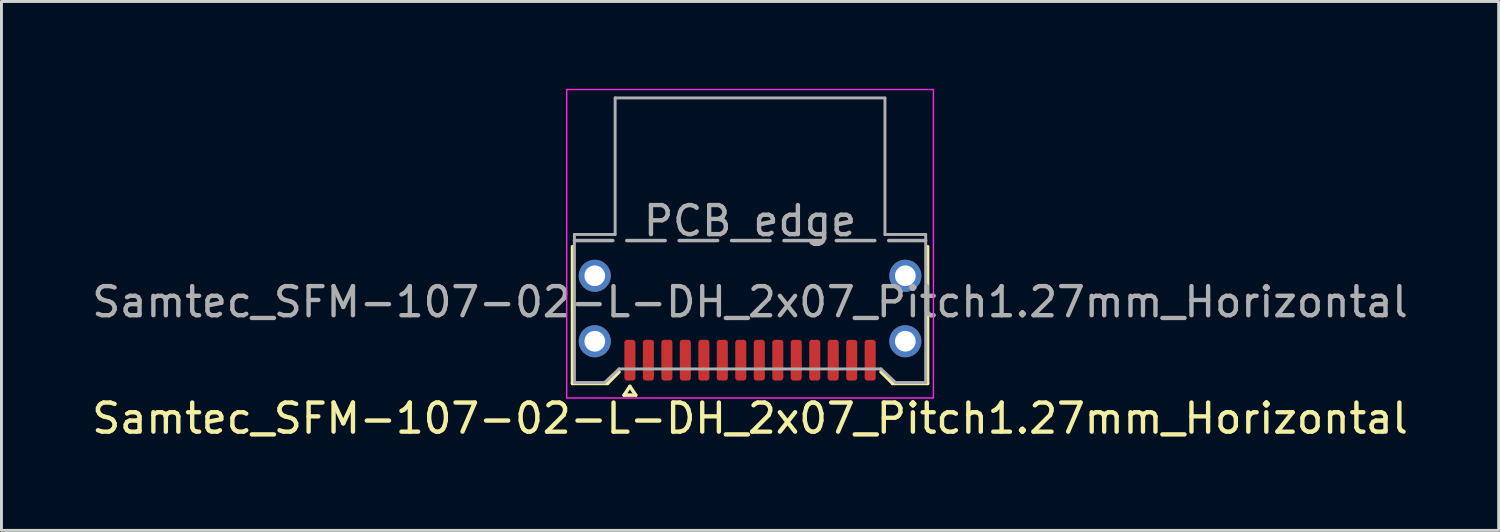
<source format=kicad_pcb>
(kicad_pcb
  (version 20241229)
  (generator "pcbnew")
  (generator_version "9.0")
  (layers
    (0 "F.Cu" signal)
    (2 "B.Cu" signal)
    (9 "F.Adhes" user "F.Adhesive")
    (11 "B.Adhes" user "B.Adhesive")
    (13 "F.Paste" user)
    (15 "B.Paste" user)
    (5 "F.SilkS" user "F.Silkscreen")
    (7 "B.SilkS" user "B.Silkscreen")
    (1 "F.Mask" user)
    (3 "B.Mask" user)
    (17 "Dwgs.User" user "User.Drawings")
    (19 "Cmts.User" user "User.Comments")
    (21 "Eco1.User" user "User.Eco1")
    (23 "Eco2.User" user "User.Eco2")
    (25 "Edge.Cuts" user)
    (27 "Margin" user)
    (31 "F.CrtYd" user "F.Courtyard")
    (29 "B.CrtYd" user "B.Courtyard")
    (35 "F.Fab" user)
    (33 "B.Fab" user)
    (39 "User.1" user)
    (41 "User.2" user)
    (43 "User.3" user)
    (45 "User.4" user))
  (footprint "Samtec_SFM-107-02-L-DH_2x07_Pitch1.27mm_Horizontal"
    (layer "F.Cu")
    (at 22.72 9.325)
    (property "Reference" "Samtec_SFM-107-02-L-DH_2x07_Pitch1.27mm_Horizontal" (at 0 2 0) (unlocked yes) (layer "F.SilkS") (effects (font (size 1 1) (thickness 0.15))))
    (attr smd)
    (fp_line (start -6.1 -3.9) (end -6.1 0.8) (stroke (width 0.12) (type default)) (layer "F.SilkS"))
    (fp_line (start -6.1 0.8) (end -4.9 0.8) (stroke (width 0.12) (type default)) (layer "F.SilkS"))
    (fp_line (start -4.9 0.8) (end -4.5 0.4) (stroke (width 0.12) (type default)) (layer "F.SilkS"))
    (fp_line (start -4.327 1.2) (end -3.928 1.2) (stroke (width 0.12) (type default)) (layer "F.SilkS"))
    (fp_line (start -4.128 0.9) (end -4.327 1.2) (stroke (width 0.12) (type default)) (layer "F.SilkS"))
    (fp_line (start -3.928 1.2) (end -4.128 0.9) (stroke (width 0.12) (type default)) (layer "F.SilkS"))
    (fp_line (start 4.9 0.8) (end 4.5 0.4) (stroke (width 0.12) (type default)) (layer "F.SilkS"))
    (fp_line (start 6.1 -3.9) (end 6.1 0.8) (stroke (width 0.12) (type default)) (layer "F.SilkS"))
    (fp_line (start 6.1 0.8) (end 4.9 0.8) (stroke (width 0.12) (type default)) (layer "F.SilkS"))
    (fp_rect (start -6.3 -9.3) (end 6.3 1.3) (stroke (width 0.05) (type default)) (fill no) (layer "F.CrtYd"))
    (fp_line (start -6.035 -4.32) (end -6.035 0.77) (stroke (width 0.1) (type default)) (layer "F.Fab"))
    (fp_line (start -6.035 -4.32) (end -4.635 -4.32) (stroke (width 0.1) (type default)) (layer "F.Fab"))
    (fp_line (start -6.035 -4.11) (end 6.035 -4.11) (stroke (width 0.12) (type dash)) (layer "F.Fab"))
    (fp_line (start -5 0.77) (end -6.035 0.77) (stroke (width 0.1) (type default)) (layer "F.Fab"))
    (fp_line (start -4.635 -9.01) (end -4.635 -4.32) (stroke (width 0.1) (type default)) (layer "F.Fab"))
    (fp_line (start -4.635 -9.01) (end 4.635 -9.01) (stroke (width 0.1) (type default)) (layer "F.Fab"))
    (fp_line (start -4.5 0.3) (end -5 0.77) (stroke (width 0.1) (type default)) (layer "F.Fab"))
    (fp_line (start -4.5 0.3) (end 4.5 0.3) (stroke (width 0.1) (type default)) (layer "F.Fab"))
    (fp_line (start 4.5 0.3) (end 5 0.77) (stroke (width 0.1) (type default)) (layer "F.Fab"))
    (fp_line (start 4.635 -9.01) (end 4.635 -4.32) (stroke (width 0.1) (type default)) (layer "F.Fab"))
    (fp_line (start 5 0.77) (end 6.035 0.77) (stroke (width 0.1) (type default)) (layer "F.Fab"))
    (fp_line (start 6.035 -4.32) (end 4.635 -4.32) (stroke (width 0.1) (type default)) (layer "F.Fab"))
    (fp_line (start 6.035 -4.32) (end 6.035 0.77) (stroke (width 0.1) (type default)) (layer "F.Fab"))
    (fp_text user "PCB edge" (at 0 -4.2 0) (unlocked yes) (layer "F.Fab") (effects (font (size 1 1) (thickness 0.15)) (justify bottom)))
    (fp_text user "${REFERENCE}" (at 0 -2 0) (unlocked yes) (layer "F.Fab") (effects (font (size 1 1) (thickness 0.15))))
    (pad "1" smd roundrect (at -4.128 0) (size 0.38 1.4) (layers "F.Cu" "F.Mask" "F.Paste") (roundrect_rratio 0.25))
    (pad "2" smd roundrect (at -3.493 0) (size 0.38 1.4) (layers "F.Cu" "F.Mask" "F.Paste") (roundrect_rratio 0.25))
    (pad "3" smd roundrect (at -2.857 0) (size 0.38 1.4) (layers "F.Cu" "F.Mask" "F.Paste") (roundrect_rratio 0.25))
    (pad "4" smd roundrect (at -2.223 0) (size 0.38 1.4) (layers "F.Cu" "F.Mask" "F.Paste") (roundrect_rratio 0.25))
    (pad "5" smd roundrect (at -1.587 0) (size 0.38 1.4) (layers "F.Cu" "F.Mask" "F.Paste") (roundrect_rratio 0.25))
    (pad "6" smd roundrect (at -0.953 0) (size 0.38 1.4) (layers "F.Cu" "F.Mask" "F.Paste") (roundrect_rratio 0.25))
    (pad "7" smd roundrect (at -0.318 0) (size 0.38 1.4) (layers "F.Cu" "F.Mask" "F.Paste") (roundrect_rratio 0.25))
    (pad "8" smd roundrect (at 0.318 0) (size 0.38 1.4) (layers "F.Cu" "F.Mask" "F.Paste") (roundrect_rratio 0.25))
    (pad "9" smd roundrect (at 0.953 0) (size 0.38 1.4) (layers "F.Cu" "F.Mask" "F.Paste") (roundrect_rratio 0.25))
    (pad "10" smd roundrect (at 1.587 0) (size 0.38 1.4) (layers "F.Cu" "F.Mask" "F.Paste") (roundrect_rratio 0.25))
    (pad "11" smd roundrect (at 2.223 0) (size 0.38 1.4) (layers "F.Cu" "F.Mask" "F.Paste") (roundrect_rratio 0.25))
    (pad "12" smd roundrect (at 2.857 0) (size 0.38 1.4) (layers "F.Cu" "F.Mask" "F.Paste") (roundrect_rratio 0.25))
    (pad "13" smd roundrect (at 3.493 0) (size 0.38 1.4) (layers "F.Cu" "F.Mask" "F.Paste") (roundrect_rratio 0.25))
    (pad "14" smd roundrect (at 4.128 0) (size 0.38 1.4) (layers "F.Cu" "F.Mask" "F.Paste") (roundrect_rratio 0.25))
    (pad "MP" thru_hole circle (at -5.335 -2.9) (size 1.1 1.1) (drill 0.71) (layers "*.Cu" "*.Mask"))
    (pad "MP" thru_hole circle (at -5.335 -0.65) (size 1.1 1.1) (drill 0.71) (layers "*.Cu" "*.Mask"))
    (pad "MP" thru_hole circle (at 5.335 -2.9) (size 1.1 1.1) (drill 0.71) (layers "*.Cu" "*.Mask"))
    (pad "MP" thru_hole circle (at 5.335 -0.65) (size 1.1 1.1) (drill 0.71) (layers "*.Cu" "*.Mask")))
  (gr_rect
    (start -3 -3)
    (end 48.44 15.173)
    (stroke (width 0.1) (type default))
    (fill no)
    (layer "Edge.Cuts")))
</source>
